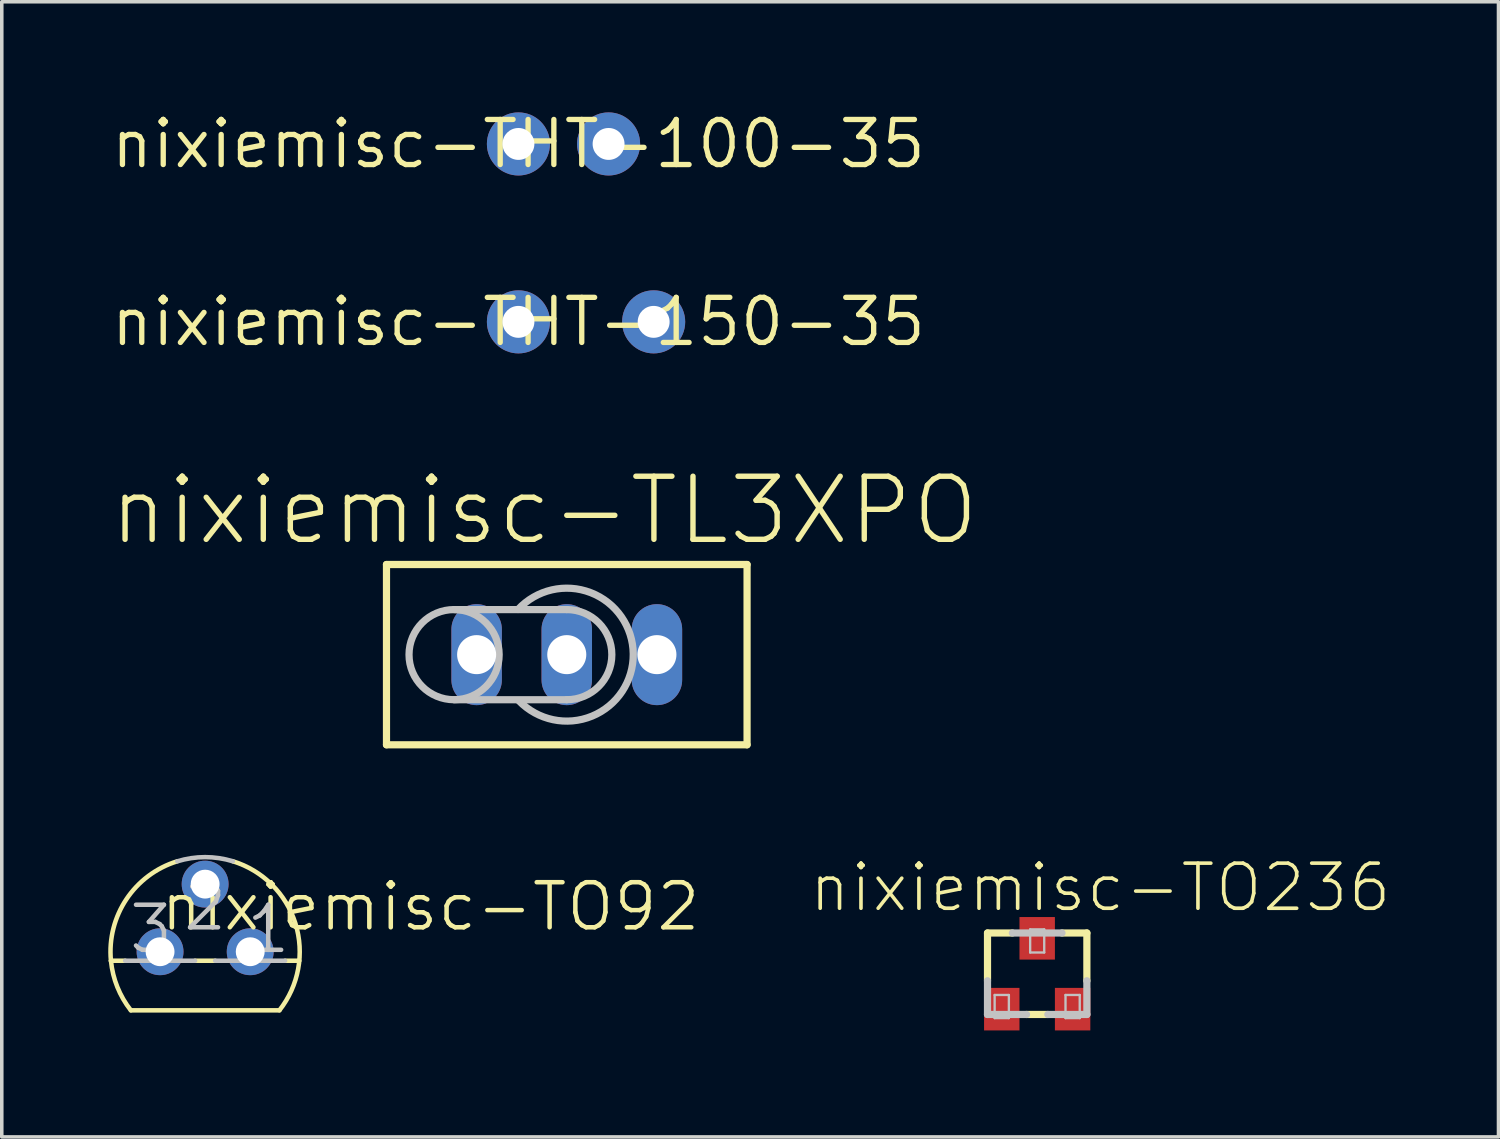
<source format=kicad_pcb>
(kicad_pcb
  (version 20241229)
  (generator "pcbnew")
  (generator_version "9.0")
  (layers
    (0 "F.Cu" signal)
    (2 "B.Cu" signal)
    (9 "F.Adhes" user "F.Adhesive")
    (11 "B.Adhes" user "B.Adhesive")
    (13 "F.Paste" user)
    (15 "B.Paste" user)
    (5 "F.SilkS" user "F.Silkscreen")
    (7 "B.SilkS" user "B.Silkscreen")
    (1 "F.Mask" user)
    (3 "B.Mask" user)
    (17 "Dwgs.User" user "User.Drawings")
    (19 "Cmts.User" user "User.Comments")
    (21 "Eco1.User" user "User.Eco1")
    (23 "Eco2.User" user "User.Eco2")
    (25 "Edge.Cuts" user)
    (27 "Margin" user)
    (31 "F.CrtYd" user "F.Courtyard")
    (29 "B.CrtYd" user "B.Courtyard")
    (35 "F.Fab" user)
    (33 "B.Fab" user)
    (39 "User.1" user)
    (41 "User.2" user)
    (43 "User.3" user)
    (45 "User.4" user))
  (footprint "nixiemisc-TL3XPO"
    (layer "F.Cu")
    (at 12.92 15.396)
    (property "Reference" "nixiemisc-TL3XPO" (at -0.635 -4.064 0) (layer "F.SilkS") (effects (font (size 1.778 1.778) (thickness 0.152))))
    (attr exclude_from_pos_files exclude_from_bom)
    (fp_line (start -5.08 -2.54) (end 5.08 -2.54) (stroke (width 0.203) (type solid)) (layer "F.SilkS"))
    (fp_line (start -5.08 2.54) (end -5.08 -2.54) (stroke (width 0.203) (type solid)) (layer "F.SilkS"))
    (fp_line (start 5.08 -2.54) (end 5.08 2.54) (stroke (width 0.203) (type solid)) (layer "F.SilkS"))
    (fp_line (start 5.08 2.54) (end -5.08 2.54) (stroke (width 0.203) (type solid)) (layer "F.SilkS"))
    (fp_line (start -3.175 -1.27) (end 0 -1.27) (stroke (width 0.203) (type solid)) (layer "Dwgs.User"))
    (fp_line (start -3.175 1.27) (end 0 1.27) (stroke (width 0.203) (type solid)) (layer "Dwgs.User"))
    (fp_arc (start -1.37414 -1.27254) (mid 1.872762 -0.019559) (end -1.347262 1.300962) (stroke (width 0.2032) (type solid)) (layer "Dwgs.User"))
    (fp_arc (start 0 -1.27) (mid 1.27 0) (end 0 1.27) (stroke (width 0.2032) (type solid)) (layer "Dwgs.User"))
    (fp_circle (center -3.175 0) (end -3.175 -1.27) (stroke (width 0.203) (type solid)) (fill no) (layer "Dwgs.User"))
    (pad "1" thru_hole oval (at -2.54 0 180) (size 1.422 2.845) (drill 1.1) (layers "*.Cu" "*.Mask"))
    (pad "2" thru_hole oval (at 0 0 180) (size 1.422 2.845) (drill 1.1) (layers "*.Cu" "*.Mask"))
    (pad "3" thru_hole oval (at 2.54 0 180) (size 1.422 2.845) (drill 1.1) (layers "*.Cu" "*.Mask")))
  (footprint "nixiemisc-THT-150-35"
    (layer "F.Cu")
    (at 11.558 6.019)
    (property "Reference" "nixiemisc-THT-150-35" (at 0 0 0) (layer "F.SilkS") (effects (font (size 1.27 1.27) (thickness 0.15))))
    (attr exclude_from_pos_files exclude_from_bom)
    (pad "1" thru_hole circle (at 0 0) (size 1.778 1.778) (drill 0.899) (layers "*.Cu" "*.Mask"))
    (pad "2" thru_hole circle (at 3.81 0) (size 1.778 1.778) (drill 0.899) (layers "*.Cu" "*.Mask")))
  (footprint "nixiemisc-TO236"
    (layer "F.Cu")
    (at 26.175 24.387)
    (property "Reference" "nixiemisc-TO236" (at 1.778 -2.428 0) (layer "F.SilkS") (effects (font (size 1.27 1.27) (thickness 0.102))))
    (attr smd)
    (fp_line (start -1.4 -1.148) (end -1.4 0.198) (stroke (width 0.203) (type solid)) (layer "F.SilkS"))
    (fp_line (start -1.4 -1.148) (end -0.699 -1.148) (stroke (width 0.203) (type solid)) (layer "F.SilkS"))
    (fp_line (start -0.3 1.148) (end 0.3 1.148) (stroke (width 0.203) (type solid)) (layer "F.SilkS"))
    (fp_line (start 1.4 -1.148) (end 0.699 -1.148) (stroke (width 0.203) (type solid)) (layer "F.SilkS"))
    (fp_line (start 1.4 0.198) (end 1.4 -1.148) (stroke (width 0.203) (type solid)) (layer "F.SilkS"))
    (fp_line (start -1.4 0.198) (end -1.4 1.148) (stroke (width 0.203) (type solid)) (layer "Dwgs.User"))
    (fp_line (start -1.4 1.148) (end -0.3 1.148) (stroke (width 0.203) (type solid)) (layer "Dwgs.User"))
    (fp_line (start -1.199 0.599) (end -0.798 0.599) (stroke (width 0.066) (type solid)) (layer "Dwgs.User"))
    (fp_line (start -1.199 1.25) (end -1.199 0.599) (stroke (width 0.066) (type solid)) (layer "Dwgs.User"))
    (fp_line (start -1.199 1.25) (end -0.798 1.25) (stroke (width 0.066) (type solid)) (layer "Dwgs.User"))
    (fp_line (start -0.798 1.25) (end -0.798 0.599) (stroke (width 0.066) (type solid)) (layer "Dwgs.User"))
    (fp_line (start -0.699 -1.148) (end 0.699 -1.148) (stroke (width 0.203) (type solid)) (layer "Dwgs.User"))
    (fp_line (start -0.198 -1.25) (end 0.198 -1.25) (stroke (width 0.066) (type solid)) (layer "Dwgs.User"))
    (fp_line (start -0.198 -0.599) (end -0.198 -1.25) (stroke (width 0.066) (type solid)) (layer "Dwgs.User"))
    (fp_line (start -0.198 -0.599) (end 0.198 -0.599) (stroke (width 0.066) (type solid)) (layer "Dwgs.User"))
    (fp_line (start 0.198 -0.599) (end 0.198 -1.25) (stroke (width 0.066) (type solid)) (layer "Dwgs.User"))
    (fp_line (start 0.3 1.148) (end 1.4 1.148) (stroke (width 0.203) (type solid)) (layer "Dwgs.User"))
    (fp_line (start 0.798 0.599) (end 1.199 0.599) (stroke (width 0.066) (type solid)) (layer "Dwgs.User"))
    (fp_line (start 0.798 1.25) (end 0.798 0.599) (stroke (width 0.066) (type solid)) (layer "Dwgs.User"))
    (fp_line (start 0.798 1.25) (end 1.199 1.25) (stroke (width 0.066) (type solid)) (layer "Dwgs.User"))
    (fp_line (start 1.199 1.25) (end 1.199 0.599) (stroke (width 0.066) (type solid)) (layer "Dwgs.User"))
    (fp_line (start 1.4 1.148) (end 1.4 0.198) (stroke (width 0.203) (type solid)) (layer "Dwgs.User"))
    (pad "A" smd rect (at -0.998 0.998) (size 0.998 1.199) (layers "F.Cu" "F.Mask" "F.Paste"))
    (pad "C" smd rect (at 0 -0.998) (size 0.998 1.199) (layers "F.Cu" "F.Mask" "F.Paste"))
    (pad "NC" smd rect (at 0.998 0.998) (size 0.998 1.199) (layers "F.Cu" "F.Mask" "F.Paste")))
  (footprint "nixiemisc-TO92"
    (layer "F.Cu")
    (at 2.73 23.767)
    (property "Reference" "nixiemisc-TO92" (at 6.35 -1.27 0) (layer "F.SilkS") (effects (font (size 1.27 1.27) (thickness 0.127))))
    (attr exclude_from_pos_files exclude_from_bom)
    (fp_line (start -2.654 0.254) (end -2.253 0.254) (stroke (width 0.127) (type solid)) (layer "F.SilkS"))
    (fp_line (start -2.093 1.651) (end 2.093 1.651) (stroke (width 0.127) (type solid)) (layer "F.SilkS"))
    (fp_line (start -0.284 0.254) (end 0.284 0.254) (stroke (width 0.127) (type solid)) (layer "F.SilkS"))
    (fp_line (start 2.253 0.254) (end 2.654 0.254) (stroke (width 0.127) (type solid)) (layer "F.SilkS"))
    (fp_arc (start -2.6543 0.254) (mid -2.218762 -1.478824) (end -0.786981 -2.547643) (stroke (width 0.127) (type solid)) (layer "F.SilkS"))
    (fp_arc (start -2.09296 1.651) (mid -2.473084 0.995057) (end -2.653185 0.258633) (stroke (width 0.127) (type solid)) (layer "F.SilkS"))
    (fp_arc (start 0.78486 -2.54762) (mid 2.544804 -0.793944) (end 2.094264 1.649373) (stroke (width 0.127) (type solid)) (layer "F.SilkS"))
    (fp_line (start -2.253 0.254) (end -0.284 0.254) (stroke (width 0.127) (type solid)) (layer "Dwgs.User"))
    (fp_line (start 0.284 0.254) (end 2.253 0.254) (stroke (width 0.127) (type solid)) (layer "Dwgs.User"))
    (fp_arc (start -0.78486 -2.54762) (mid -0.001061 -2.665778) (end 0.782832 -2.548244) (stroke (width 0.127) (type solid)) (layer "Dwgs.User"))
    (fp_text user "3" (at -1.524 -0.635 0) (layer "Dwgs.User") (effects (font (size 1.27 1.27) (thickness 0.127))))
    (fp_text user "1" (at 1.778 -0.635 0) (layer "Dwgs.User") (effects (font (size 1.27 1.27) (thickness 0.127))))
    (fp_text user "2" (at 0 -1.27 0) (layer "Dwgs.User") (effects (font (size 1.27 1.27) (thickness 0.127))))
    (pad "1" thru_hole circle (at 1.27 0) (size 1.321 1.321) (drill 0.813) (layers "*.Cu" "*.Mask"))
    (pad "2" thru_hole circle (at 0 -1.905) (size 1.321 1.321) (drill 0.813) (layers "*.Cu" "*.Mask"))
    (pad "3" thru_hole circle (at -1.27 0) (size 1.321 1.321) (drill 0.813) (layers "*.Cu" "*.Mask")))
  (footprint "nixiemisc-THT-100-35"
    (layer "F.Cu")
    (at 11.558 1.006)
    (property "Reference" "nixiemisc-THT-100-35" (at 0 0 0) (layer "F.SilkS") (effects (font (size 1.27 1.27) (thickness 0.15))))
    (attr exclude_from_pos_files exclude_from_bom)
    (pad "1" thru_hole circle (at 0 0) (size 1.778 1.778) (drill 0.899) (layers "*.Cu" "*.Mask"))
    (pad "2" thru_hole circle (at 2.54 0) (size 1.778 1.778) (drill 0.899) (layers "*.Cu" "*.Mask")))
  (gr_rect
    (start -3 -3)
    (end 39.173 28.985)
    (stroke (width 0.1) (type default))
    (fill no)
    (layer "Edge.Cuts")))
</source>
